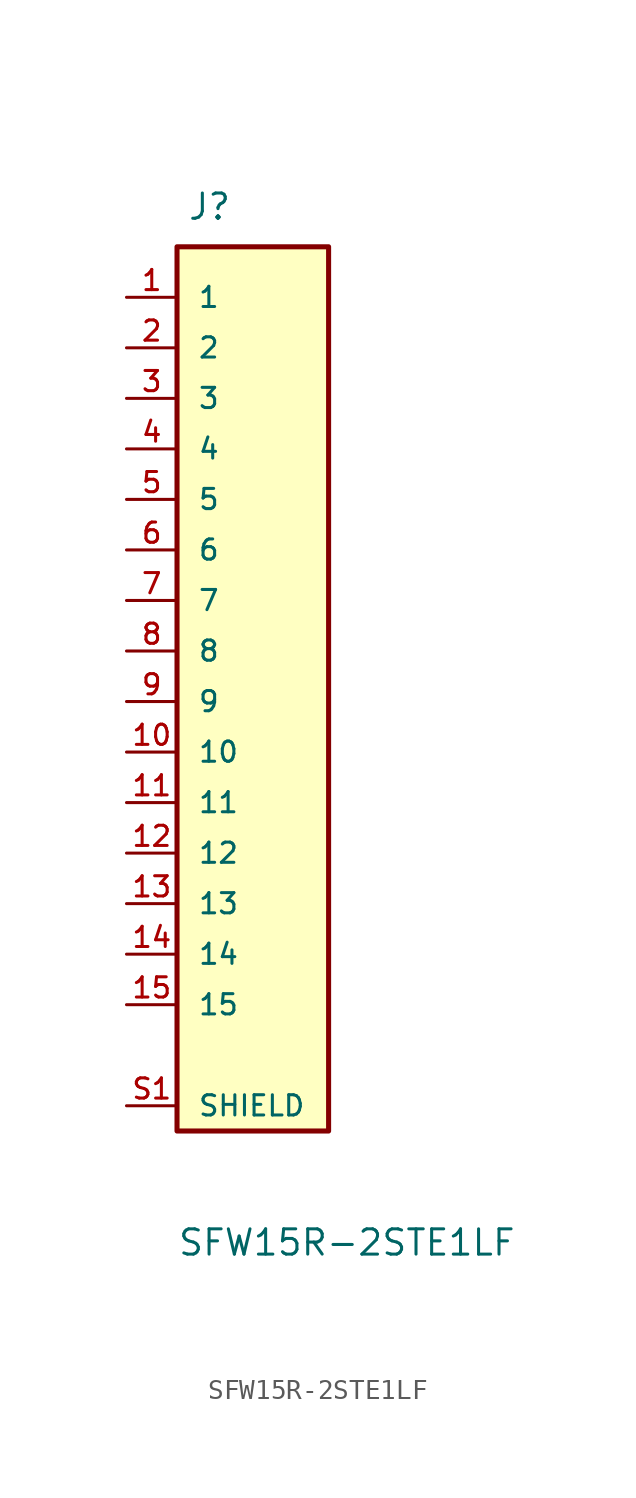
<source format=kicad_sym>
(kicad_symbol_lib
  (version 20241209)
  (generator "kicad_symbol_editor")
  (generator_version "9.0")
  (symbol "SFW15R-2STE1LF"
    (pin_names
      (offset 1.016))
    (property "Reference" "J"
      (at -7.112 24.13 0)
      (effects (font (size 1.27 1.27)) (justify left bottom)))
    (property "Value" "SFW15R-2STE1LF"
      (at -7.62 -27.94 0)
      (effects (font (size 1.27 1.27)) (justify left bottom)))
    (symbol "SFW15R-2STE1LF_0_0"
      (rectangle (start -7.62 22.86) (end 0 -21.59) (stroke (width 0.254) (type default)) (fill (type background)))
      (pin passive line (at -10.16 20.32 0) (length 2.54) (name "1" (effects (font (size 1.016 1.016)))) (number "1" (effects (font (size 1.016 1.016)))))
      (pin passive line (at -10.16 17.78 0) (length 2.54) (name "2" (effects (font (size 1.016 1.016)))) (number "2" (effects (font (size 1.016 1.016)))))
      (pin passive line (at -10.16 15.24 0) (length 2.54) (name "3" (effects (font (size 1.016 1.016)))) (number "3" (effects (font (size 1.016 1.016)))))
      (pin passive line (at -10.16 12.7 0) (length 2.54) (name "4" (effects (font (size 1.016 1.016)))) (number "4" (effects (font (size 1.016 1.016)))))
      (pin passive line (at -10.16 10.16 0) (length 2.54) (name "5" (effects (font (size 1.016 1.016)))) (number "5" (effects (font (size 1.016 1.016)))))
      (pin passive line (at -10.16 7.62 0) (length 2.54) (name "6" (effects (font (size 1.016 1.016)))) (number "6" (effects (font (size 1.016 1.016)))))
      (pin passive line (at -10.16 5.08 0) (length 2.54) (name "7" (effects (font (size 1.016 1.016)))) (number "7" (effects (font (size 1.016 1.016)))))
      (pin passive line (at -10.16 2.54 0) (length 2.54) (name "8" (effects (font (size 1.016 1.016)))) (number "8" (effects (font (size 1.016 1.016)))))
      (pin passive line (at -10.16 0 0) (length 2.54) (name "9" (effects (font (size 1.016 1.016)))) (number "9" (effects (font (size 1.016 1.016)))))
      (pin passive line (at -10.16 -2.54 0) (length 2.54) (name "10" (effects (font (size 1.016 1.016)))) (number "10" (effects (font (size 1.016 1.016)))))
      (pin passive line (at -10.16 -5.08 0) (length 2.54) (name "11" (effects (font (size 1.016 1.016)))) (number "11" (effects (font (size 1.016 1.016)))))
      (pin passive line (at -10.16 -7.62 0) (length 2.54) (name "12" (effects (font (size 1.016 1.016)))) (number "12" (effects (font (size 1.016 1.016)))))
      (pin passive line (at -10.16 -10.16 0) (length 2.54) (name "13" (effects (font (size 1.016 1.016)))) (number "13" (effects (font (size 1.016 1.016)))))
      (pin passive line (at -10.16 -12.7 0) (length 2.54) (name "14" (effects (font (size 1.016 1.016)))) (number "14" (effects (font (size 1.016 1.016)))))
      (pin passive line (at -10.16 -15.24 0) (length 2.54) (name "15" (effects (font (size 1.016 1.016)))) (number "15" (effects (font (size 1.016 1.016)))))
      (pin passive line (at -10.16 -20.32 0) (length 2.54) (name "SHIELD" (effects (font (size 1.016 1.016)))) (number "S1" (effects (font (size 1.016 1.016)))))
      (pin passive line (at -10.16 -20.32 0) (length 2.54) (hide yes) (name "SHIELD__1" (effects (font (size 1.016 1.016)))) (number "S2" (effects (font (size 1.016 1.016))))))))
</source>
